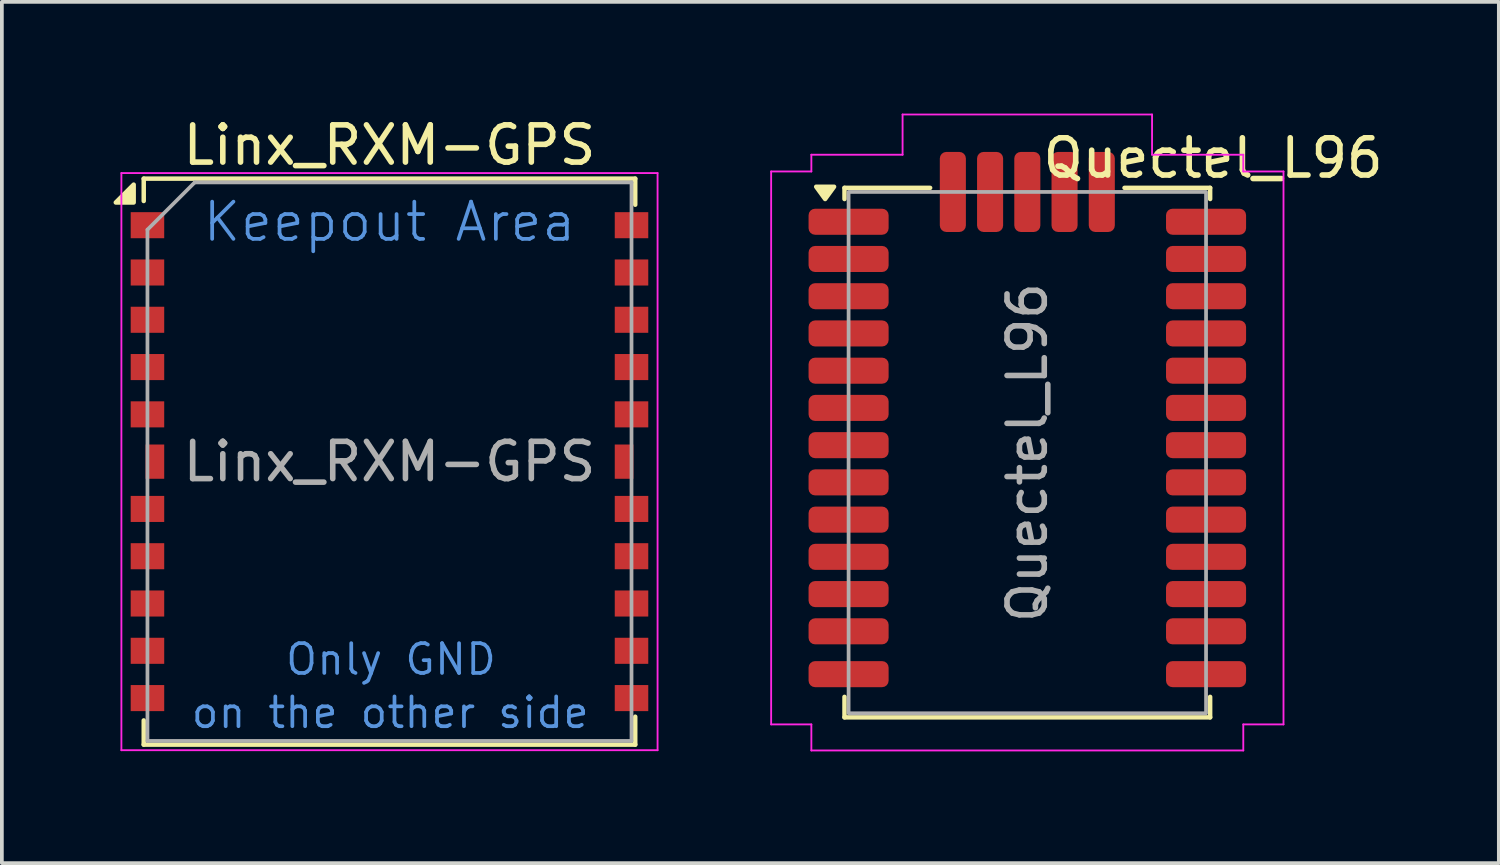
<source format=kicad_pcb>
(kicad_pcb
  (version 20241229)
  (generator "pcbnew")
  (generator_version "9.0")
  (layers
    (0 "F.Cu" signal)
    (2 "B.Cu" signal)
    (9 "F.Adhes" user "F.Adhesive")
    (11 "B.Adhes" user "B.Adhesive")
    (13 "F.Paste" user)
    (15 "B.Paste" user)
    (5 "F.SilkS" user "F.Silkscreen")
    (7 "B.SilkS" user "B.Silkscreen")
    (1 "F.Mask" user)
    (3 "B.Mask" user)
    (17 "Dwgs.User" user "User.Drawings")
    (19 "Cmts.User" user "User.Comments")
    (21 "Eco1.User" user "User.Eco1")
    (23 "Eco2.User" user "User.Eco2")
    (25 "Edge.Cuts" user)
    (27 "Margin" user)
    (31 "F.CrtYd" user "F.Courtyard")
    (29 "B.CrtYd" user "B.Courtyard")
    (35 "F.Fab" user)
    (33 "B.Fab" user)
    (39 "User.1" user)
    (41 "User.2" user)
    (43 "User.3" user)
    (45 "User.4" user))
  (footprint "Linx_RXM-GPS"
    (layer "F.Cu")
    (at 7.41 9.348)
    (property "Reference" "Linx_RXM-GPS" (at 0 -8.5 0) (layer "F.SilkS") (effects (font (size 1 1) (thickness 0.15))))
    (attr smd)
    (fp_line (start -6.6 -7.6) (end 6.6 -7.6) (stroke (width 0.12) (type solid)) (layer "F.SilkS"))
    (fp_line (start -6.6 -7) (end -6.6 -7.6) (stroke (width 0.12) (type solid)) (layer "F.SilkS"))
    (fp_line (start -6.6 6.95) (end -6.6 7.6) (stroke (width 0.12) (type solid)) (layer "F.SilkS"))
    (fp_line (start -6.6 7.6) (end 6.6 7.6) (stroke (width 0.12) (type solid)) (layer "F.SilkS"))
    (fp_line (start 6.6 -7.6) (end 6.6 -6.9) (stroke (width 0.12) (type solid)) (layer "F.SilkS"))
    (fp_line (start 6.6 7.6) (end 6.6 6.85) (stroke (width 0.12) (type solid)) (layer "F.SilkS"))
    (fp_poly (pts (xy -6.87 -6.96) (xy -6.87 -7.44) (xy -7.35 -6.96)) (stroke (width 0.12) (type solid)) (fill yes) (layer "F.SilkS"))
    (fp_line (start -7.2 -7.75) (end -7.2 7.75) (stroke (width 0.05) (type solid)) (layer "F.CrtYd"))
    (fp_line (start -7.2 -7.75) (end 7.2 -7.75) (stroke (width 0.05) (type solid)) (layer "F.CrtYd"))
    (fp_line (start -7.2 7.75) (end 7.2 7.75) (stroke (width 0.05) (type solid)) (layer "F.CrtYd"))
    (fp_line (start 7.2 7.75) (end 7.2 -7.75) (stroke (width 0.05) (type solid)) (layer "F.CrtYd"))
    (fp_line (start -6.5 -6.23) (end -6.5 7.5) (stroke (width 0.1) (type solid)) (layer "F.Fab"))
    (fp_line (start -6.5 7.5) (end 6.5 7.5) (stroke (width 0.1) (type solid)) (layer "F.Fab"))
    (fp_line (start -5.23 -7.5) (end -6.5 -6.23) (stroke (width 0.1) (type solid)) (layer "F.Fab"))
    (fp_line (start 6.5 -7.5) (end -5.23 -7.5) (stroke (width 0.1) (type solid)) (layer "F.Fab"))
    (fp_line (start 6.5 7.5) (end 6.5 -7.5) (stroke (width 0.1) (type solid)) (layer "F.Fab"))
    (fp_text user "Keepout Area" (at 0 -6.44 0) (layer "Cmts.User") (effects (font (size 1 1) (thickness 0.1))))
    (fp_text user "on the other side" (at 0.02 6.74 0) (layer "Cmts.User") (effects (font (size 0.8 0.8) (thickness 0.1))))
    (fp_text user "Only GND" (at 0.04 5.31 0) (layer "Cmts.User") (effects (font (size 0.8 0.8) (thickness 0.1))))
    (fp_text user "${REFERENCE}" (at 0 0 0) (layer "F.Fab") (effects (font (size 1 1) (thickness 0.15))))
    (pad "1" smd rect (at -6.5 -6.35 90) (size 0.7 0.9) (layers "F.Cu" "F.Mask" "F.Paste"))
    (pad "2" smd rect (at -6.5 -5.08 90) (size 0.7 0.9) (layers "F.Cu" "F.Mask" "F.Paste"))
    (pad "3" smd rect (at -6.5 -3.81 90) (size 0.7 0.9) (layers "F.Cu" "F.Mask" "F.Paste"))
    (pad "4" smd rect (at -6.5 -2.54 90) (size 0.7 0.9) (layers "F.Cu" "F.Mask" "F.Paste"))
    (pad "5" smd rect (at -6.5 -1.27 90) (size 0.7 0.9) (layers "F.Cu" "F.Mask" "F.Paste"))
    (pad "6" smd rect (at -6.5 1.27 90) (size 0.7 0.9) (layers "F.Cu" "F.Mask" "F.Paste"))
    (pad "7" smd rect (at -6.5 2.54 90) (size 0.7 0.9) (layers "F.Cu" "F.Mask" "F.Paste"))
    (pad "8" smd rect (at -6.5 3.81 90) (size 0.7 0.9) (layers "F.Cu" "F.Mask" "F.Paste"))
    (pad "9" smd rect (at -6.5 5.08 90) (size 0.7 0.9) (layers "F.Cu" "F.Mask" "F.Paste"))
    (pad "10" smd rect (at -6.5 6.35 90) (size 0.7 0.9) (layers "F.Cu" "F.Mask" "F.Paste"))
    (pad "11" smd rect (at 6.5 6.35 90) (size 0.7 0.9) (layers "F.Cu" "F.Mask" "F.Paste"))
    (pad "12" smd rect (at 6.5 5.08 90) (size 0.7 0.9) (layers "F.Cu" "F.Mask" "F.Paste"))
    (pad "13" smd rect (at 6.5 3.81 90) (size 0.7 0.9) (layers "F.Cu" "F.Mask" "F.Paste"))
    (pad "14" smd rect (at 6.5 2.54 90) (size 0.7 0.9) (layers "F.Cu" "F.Mask" "F.Paste"))
    (pad "15" smd rect (at 6.5 1.27 90) (size 0.7 0.9) (layers "F.Cu" "F.Mask" "F.Paste"))
    (pad "16" smd rect (at 6.5 -1.27 90) (size 0.7 0.9) (layers "F.Cu" "F.Mask" "F.Paste"))
    (pad "17" smd rect (at 6.5 -2.54 90) (size 0.7 0.9) (layers "F.Cu" "F.Mask" "F.Paste"))
    (pad "18" smd rect (at 6.5 -3.81 90) (size 0.7 0.9) (layers "F.Cu" "F.Mask" "F.Paste"))
    (pad "19" smd rect (at 6.5 -5.08 90) (size 0.7 0.9) (layers "F.Cu" "F.Mask" "F.Paste"))
    (pad "20" smd rect (at 6.5 -6.35 90) (size 0.7 0.9) (layers "F.Cu" "F.Mask" "F.Paste"))
    (pad "21" smd rect (at -6.3 0 90) (size 0.92 0.5) (layers "F.Cu" "F.Mask" "F.Paste"))
    (pad "22" smd rect (at 6.3 0 90) (size 0.92 0.5) (layers "F.Cu" "F.Mask" "F.Paste"))
    (zone (net_name "") (layer "F.Cu") (hatch full 0.508) (connect_pads) (min_thickness 0.254) (filled_areas_thickness no) (keepout (tracks not_allowed) (vias not_allowed) (pads not_allowed) (copperpour not_allowed) (footprints not_allowed)) (placement (enabled no)) (fill) (polygon (pts (xy 1.36 1.848) (xy 13.46 1.848) (xy 13.46 16.848) (xy 1.36 16.848)))))
  (footprint "Quectel_L96"
    (layer "F.Cu")
    (at 24.54 9.105)
    (property "Reference" "Quectel_L96" (at 4.99 -7.91 0) (layer "F.SilkS") (effects (font (size 1 1) (thickness 0.15))))
    (attr smd)
    (fp_line (start -4.91 -7.11) (end -2.61 -7.11) (stroke (width 0.12) (type default)) (layer "F.SilkS"))
    (fp_line (start -4.91 -6.81) (end -4.91 -7.11) (stroke (width 0.12) (type default)) (layer "F.SilkS"))
    (fp_line (start -4.91 7.11) (end -4.91 6.56) (stroke (width 0.12) (type default)) (layer "F.SilkS"))
    (fp_line (start 2.61 -7.11) (end 4.91 -7.11) (stroke (width 0.12) (type default)) (layer "F.SilkS"))
    (fp_line (start 4.91 -7.11) (end 4.91 -6.81) (stroke (width 0.12) (type default)) (layer "F.SilkS"))
    (fp_line (start 4.91 7.11) (end -4.91 7.11) (stroke (width 0.12) (type default)) (layer "F.SilkS"))
    (fp_line (start 4.91 7.11) (end 4.91 6.56) (stroke (width 0.12) (type default)) (layer "F.SilkS"))
    (fp_poly (pts (xy -5.43 -6.81) (xy -5.67 -7.14) (xy -5.19 -7.14) (xy -5.43 -6.81)) (stroke (width 0.12) (type solid)) (fill yes) (layer "F.SilkS"))
    (fp_line (start -6.88 -7.55) (end -6.88 7.3) (stroke (width 0.05) (type default)) (layer "F.CrtYd"))
    (fp_line (start -6.88 7.3) (end -5.8 7.3) (stroke (width 0.05) (type default)) (layer "F.CrtYd"))
    (fp_line (start -5.8 -8) (end -5.8 -7.55) (stroke (width 0.05) (type default)) (layer "F.CrtYd"))
    (fp_line (start -5.8 -7.55) (end -6.88 -7.55) (stroke (width 0.05) (type default)) (layer "F.CrtYd"))
    (fp_line (start -5.8 7.3) (end -5.8 8) (stroke (width 0.05) (type default)) (layer "F.CrtYd"))
    (fp_line (start -5.8 8) (end 5.8 8) (stroke (width 0.05) (type default)) (layer "F.CrtYd"))
    (fp_line (start -3.35 -9.08) (end -3.35 -8) (stroke (width 0.05) (type default)) (layer "F.CrtYd"))
    (fp_line (start -3.35 -8) (end -5.8 -8) (stroke (width 0.05) (type default)) (layer "F.CrtYd"))
    (fp_line (start 3.35 -9.08) (end -3.35 -9.08) (stroke (width 0.05) (type default)) (layer "F.CrtYd"))
    (fp_line (start 3.35 -8) (end 3.35 -9.08) (stroke (width 0.05) (type default)) (layer "F.CrtYd"))
    (fp_line (start 5.8 -8) (end 3.35 -8) (stroke (width 0.05) (type default)) (layer "F.CrtYd"))
    (fp_line (start 5.8 -7.55) (end 5.8 -8) (stroke (width 0.05) (type default)) (layer "F.CrtYd"))
    (fp_line (start 5.8 7.3) (end 6.88 7.3) (stroke (width 0.05) (type default)) (layer "F.CrtYd"))
    (fp_line (start 5.8 8) (end 5.8 7.3) (stroke (width 0.05) (type default)) (layer "F.CrtYd"))
    (fp_line (start 6.88 -7.55) (end 5.8 -7.55) (stroke (width 0.05) (type default)) (layer "F.CrtYd"))
    (fp_line (start 6.88 7.3) (end 6.88 -7.55) (stroke (width 0.05) (type default)) (layer "F.CrtYd"))
    (fp_rect (start -4.8 -7) (end 4.8 7) (stroke (width 0.1) (type default)) (fill no) (layer "F.Fab"))
    (fp_text user "${REFERENCE}" (at 0 0 90) (layer "F.Fab") (effects (font (size 1 1) (thickness 0.15))))
    (pad "1" smd roundrect (at -4.8 -6.2) (size 2.15 0.7) (layers "F.Cu" "F.Mask" "F.Paste") (roundrect_rratio 0.25))
    (pad "2" smd roundrect (at -4.8 -5.2) (size 2.15 0.7) (layers "F.Cu" "F.Mask" "F.Paste") (roundrect_rratio 0.25))
    (pad "3" smd roundrect (at -4.8 -4.2) (size 2.15 0.7) (layers "F.Cu" "F.Mask" "F.Paste") (roundrect_rratio 0.25))
    (pad "4" smd roundrect (at -4.8 -3.2) (size 2.15 0.7) (layers "F.Cu" "F.Mask" "F.Paste") (roundrect_rratio 0.25))
    (pad "5" smd roundrect (at -4.8 -2.2) (size 2.15 0.7) (layers "F.Cu" "F.Mask" "F.Paste") (roundrect_rratio 0.25))
    (pad "6" smd roundrect (at -4.8 -1.2) (size 2.15 0.7) (layers "F.Cu" "F.Mask" "F.Paste") (roundrect_rratio 0.25))
    (pad "7" smd roundrect (at -4.8 -0.2) (size 2.15 0.7) (layers "F.Cu" "F.Mask" "F.Paste") (roundrect_rratio 0.25))
    (pad "8" smd roundrect (at -4.8 0.8) (size 2.15 0.7) (layers "F.Cu" "F.Mask" "F.Paste") (roundrect_rratio 0.25))
    (pad "9" smd roundrect (at -4.8 1.8) (size 2.15 0.7) (layers "F.Cu" "F.Mask" "F.Paste") (roundrect_rratio 0.25))
    (pad "10" smd roundrect (at -4.8 2.8) (size 2.15 0.7) (layers "F.Cu" "F.Mask" "F.Paste") (roundrect_rratio 0.25))
    (pad "11" smd roundrect (at -4.8 3.8) (size 2.15 0.7) (layers "F.Cu" "F.Mask" "F.Paste") (roundrect_rratio 0.25))
    (pad "12" smd roundrect (at -4.8 4.8) (size 2.15 0.7) (layers "F.Cu" "F.Mask" "F.Paste") (roundrect_rratio 0.25))
    (pad "13" smd roundrect (at -4.8 5.95) (size 2.15 0.7) (layers "F.Cu" "F.Mask" "F.Paste") (roundrect_rratio 0.25))
    (pad "14" smd roundrect (at 4.8 5.95) (size 2.15 0.7) (layers "F.Cu" "F.Mask" "F.Paste") (roundrect_rratio 0.25))
    (pad "15" smd roundrect (at 4.8 4.8) (size 2.15 0.7) (layers "F.Cu" "F.Mask" "F.Paste") (roundrect_rratio 0.25))
    (pad "16" smd roundrect (at 4.8 3.8) (size 2.15 0.7) (layers "F.Cu" "F.Mask" "F.Paste") (roundrect_rratio 0.25))
    (pad "17" smd roundrect (at 4.8 2.8) (size 2.15 0.7) (layers "F.Cu" "F.Mask" "F.Paste") (roundrect_rratio 0.25))
    (pad "18" smd roundrect (at 4.8 1.8) (size 2.15 0.7) (layers "F.Cu" "F.Mask" "F.Paste") (roundrect_rratio 0.25))
    (pad "19" smd roundrect (at 4.8 0.8) (size 2.15 0.7) (layers "F.Cu" "F.Mask" "F.Paste") (roundrect_rratio 0.25))
    (pad "20" smd roundrect (at 4.8 -0.2) (size 2.15 0.7) (layers "F.Cu" "F.Mask" "F.Paste") (roundrect_rratio 0.25))
    (pad "21" smd roundrect (at 4.8 -1.2) (size 2.15 0.7) (layers "F.Cu" "F.Mask" "F.Paste") (roundrect_rratio 0.25))
    (pad "22" smd roundrect (at 4.8 -2.2) (size 2.15 0.7) (layers "F.Cu" "F.Mask" "F.Paste") (roundrect_rratio 0.25))
    (pad "23" smd roundrect (at 4.8 -3.2) (size 2.15 0.7) (layers "F.Cu" "F.Mask" "F.Paste") (roundrect_rratio 0.25))
    (pad "24" smd roundrect (at 4.8 -4.2) (size 2.15 0.7) (layers "F.Cu" "F.Mask" "F.Paste") (roundrect_rratio 0.25))
    (pad "25" smd roundrect (at 4.8 -5.2) (size 2.15 0.7) (layers "F.Cu" "F.Mask" "F.Paste") (roundrect_rratio 0.25))
    (pad "26" smd roundrect (at 4.8 -6.2) (size 2.15 0.7) (layers "F.Cu" "F.Mask" "F.Paste") (roundrect_rratio 0.25))
    (pad "27" smd roundrect (at 2 -7 90) (size 2.15 0.7) (layers "F.Cu" "F.Mask" "F.Paste") (roundrect_rratio 0.25))
    (pad "28" smd roundrect (at 1 -7 90) (size 2.15 0.7) (layers "F.Cu" "F.Mask" "F.Paste") (roundrect_rratio 0.25))
    (pad "29" smd roundrect (at 0 -7 90) (size 2.15 0.7) (layers "F.Cu" "F.Mask" "F.Paste") (roundrect_rratio 0.25))
    (pad "30" smd roundrect (at -1 -7 90) (size 2.15 0.7) (layers "F.Cu" "F.Mask" "F.Paste") (roundrect_rratio 0.25))
    (pad "31" smd roundrect (at -2 -7 90) (size 2.15 0.7) (layers "F.Cu" "F.Mask" "F.Paste") (roundrect_rratio 0.25))
    (zone (net_name "") (layers "F.Cu" "B.Cu" "F.CrtYd") (hatch edge 0.508) (connect_pads) (min_thickness 0.254) (filled_areas_thickness no) (keepout (tracks not_allowed) (vias not_allowed) (pads not_allowed) (copperpour not_allowed) (footprints not_allowed)) (placement (enabled no)) (fill) (polygon (pts (xy 20.89 16.105) (xy 20.89 11.305) (xy 23.74 11.305) (xy 23.74 10.605) (xy 25.34 10.605) (xy 25.34 11.305) (xy 28.19 11.305) (xy 28.19 16.105)))))
  (gr_rect
    (start -3 -3)
    (end 37.203 20.13)
    (stroke (width 0.1) (type default))
    (fill no)
    (layer "Edge.Cuts")))
</source>
